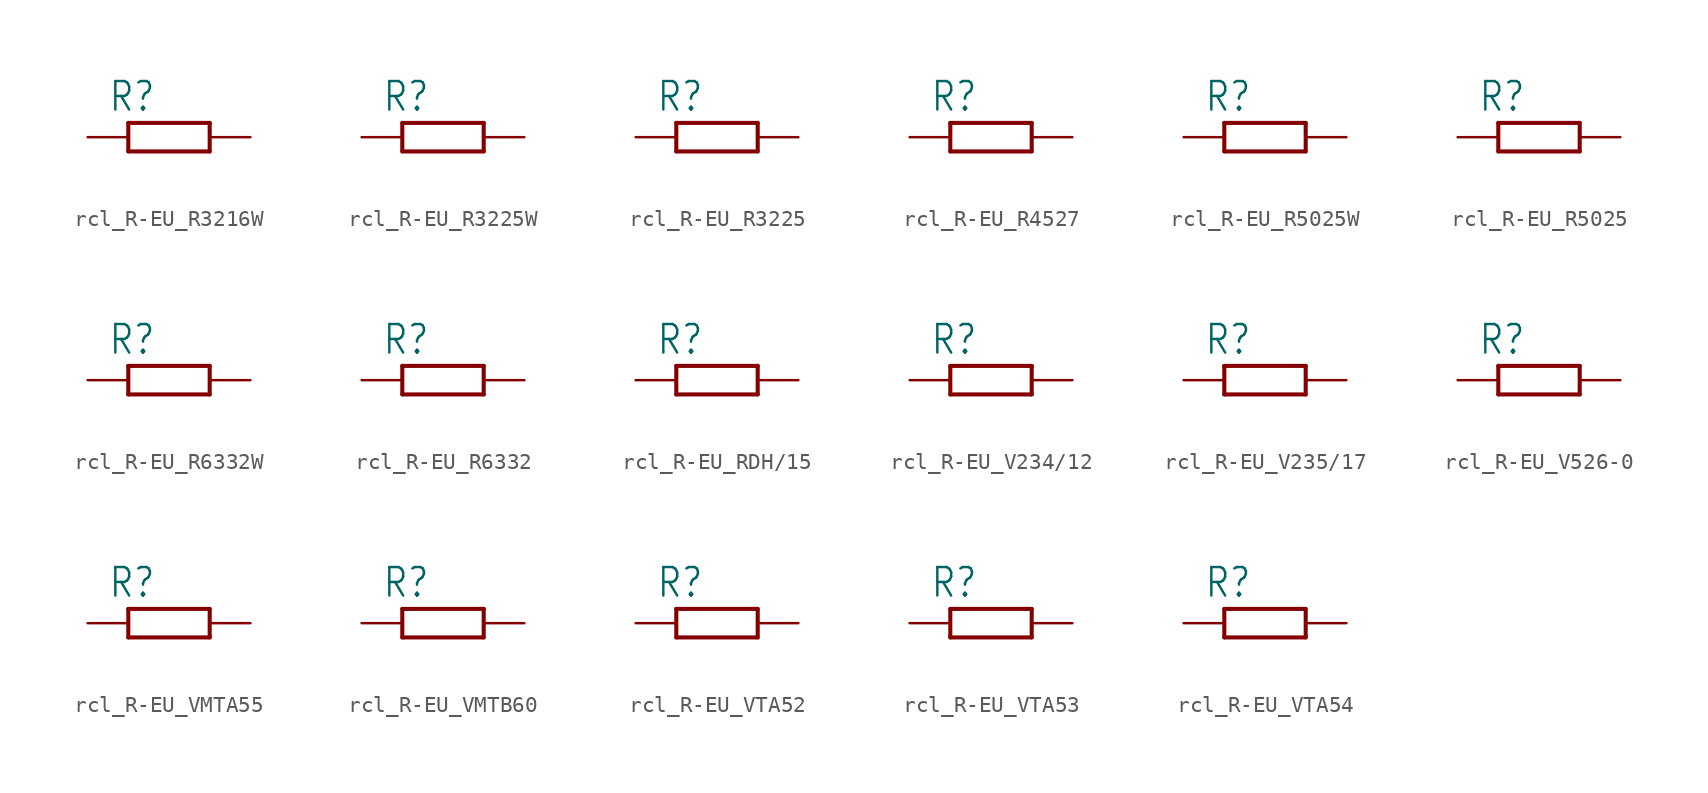
<source format=kicad_sym>
(kicad_symbol_lib
  (version 20241209)
  (generator "kicad_symbol_editor")
  (generator_version "9.0")
  (symbol "rcl_R-EU_R3216W"
    (property "Reference" "R"
      (at -3.81 1.499 0)
      (effects (font (size 1.778 1.511)) (justify left bottom)))
    (property "Value" ""
      (at -3.81 -3.302 0)
      (effects (font (size 1.778 1.511)) (justify left bottom)))
    (property "ki_locked" ""
      (at 0 0 0)
      (effects (font (size 1.27 1.27))))
    (symbol "rcl_R-EU_R3216W_1_0"
      (polyline (pts (xy -2.54 -0.889) (xy -2.54 0.889)) (stroke (width 0.254) (type solid)) (fill (type none)))
      (polyline (pts (xy -2.54 -0.889) (xy 2.54 -0.889)) (stroke (width 0.254) (type solid)) (fill (type none)))
      (polyline (pts (xy 2.54 0.889) (xy -2.54 0.889)) (stroke (width 0.254) (type solid)) (fill (type none)))
      (polyline (pts (xy 2.54 -0.889) (xy 2.54 0.889)) (stroke (width 0.254) (type solid)) (fill (type none)))
      (pin passive line (at -5.08 0 0) (length 2.54) (name "1" (effects (font (size 0 0)))) (number "1" (effects (font (size 0 0)))))
      (pin passive line (at 5.08 0 180) (length 2.54) (name "2" (effects (font (size 0 0)))) (number "2" (effects (font (size 0 0)))))))
  (symbol "rcl_R-EU_R3225W"
    (property "Reference" "R"
      (at -3.81 1.499 0)
      (effects (font (size 1.778 1.511)) (justify left bottom)))
    (property "Value" ""
      (at -3.81 -3.302 0)
      (effects (font (size 1.778 1.511)) (justify left bottom)))
    (property "ki_locked" ""
      (at 0 0 0)
      (effects (font (size 1.27 1.27))))
    (symbol "rcl_R-EU_R3225W_1_0"
      (polyline (pts (xy -2.54 -0.889) (xy -2.54 0.889)) (stroke (width 0.254) (type solid)) (fill (type none)))
      (polyline (pts (xy -2.54 -0.889) (xy 2.54 -0.889)) (stroke (width 0.254) (type solid)) (fill (type none)))
      (polyline (pts (xy 2.54 0.889) (xy -2.54 0.889)) (stroke (width 0.254) (type solid)) (fill (type none)))
      (polyline (pts (xy 2.54 -0.889) (xy 2.54 0.889)) (stroke (width 0.254) (type solid)) (fill (type none)))
      (pin passive line (at -5.08 0 0) (length 2.54) (name "1" (effects (font (size 0 0)))) (number "1" (effects (font (size 0 0)))))
      (pin passive line (at 5.08 0 180) (length 2.54) (name "2" (effects (font (size 0 0)))) (number "2" (effects (font (size 0 0)))))))
  (symbol "rcl_R-EU_R3225"
    (property "Reference" "R"
      (at -3.81 1.499 0)
      (effects (font (size 1.778 1.511)) (justify left bottom)))
    (property "Value" ""
      (at -3.81 -3.302 0)
      (effects (font (size 1.778 1.511)) (justify left bottom)))
    (property "ki_locked" ""
      (at 0 0 0)
      (effects (font (size 1.27 1.27))))
    (symbol "rcl_R-EU_R3225_1_0"
      (polyline (pts (xy -2.54 -0.889) (xy -2.54 0.889)) (stroke (width 0.254) (type solid)) (fill (type none)))
      (polyline (pts (xy -2.54 -0.889) (xy 2.54 -0.889)) (stroke (width 0.254) (type solid)) (fill (type none)))
      (polyline (pts (xy 2.54 0.889) (xy -2.54 0.889)) (stroke (width 0.254) (type solid)) (fill (type none)))
      (polyline (pts (xy 2.54 -0.889) (xy 2.54 0.889)) (stroke (width 0.254) (type solid)) (fill (type none)))
      (pin passive line (at -5.08 0 0) (length 2.54) (name "1" (effects (font (size 0 0)))) (number "1" (effects (font (size 0 0)))))
      (pin passive line (at 5.08 0 180) (length 2.54) (name "2" (effects (font (size 0 0)))) (number "2" (effects (font (size 0 0)))))))
  (symbol "rcl_R-EU_R4527"
    (property "Reference" "R"
      (at -3.81 1.499 0)
      (effects (font (size 1.778 1.511)) (justify left bottom)))
    (property "Value" ""
      (at -3.81 -3.302 0)
      (effects (font (size 1.778 1.511)) (justify left bottom)))
    (property "ki_locked" ""
      (at 0 0 0)
      (effects (font (size 1.27 1.27))))
    (symbol "rcl_R-EU_R4527_1_0"
      (polyline (pts (xy -2.54 -0.889) (xy -2.54 0.889)) (stroke (width 0.254) (type solid)) (fill (type none)))
      (polyline (pts (xy -2.54 -0.889) (xy 2.54 -0.889)) (stroke (width 0.254) (type solid)) (fill (type none)))
      (polyline (pts (xy 2.54 0.889) (xy -2.54 0.889)) (stroke (width 0.254) (type solid)) (fill (type none)))
      (polyline (pts (xy 2.54 -0.889) (xy 2.54 0.889)) (stroke (width 0.254) (type solid)) (fill (type none)))
      (pin passive line (at -5.08 0 0) (length 2.54) (name "1" (effects (font (size 0 0)))) (number "1" (effects (font (size 0 0)))))
      (pin passive line (at 5.08 0 180) (length 2.54) (name "2" (effects (font (size 0 0)))) (number "2" (effects (font (size 0 0)))))))
  (symbol "rcl_R-EU_R5025W"
    (property "Reference" "R"
      (at -3.81 1.499 0)
      (effects (font (size 1.778 1.511)) (justify left bottom)))
    (property "Value" ""
      (at -3.81 -3.302 0)
      (effects (font (size 1.778 1.511)) (justify left bottom)))
    (property "ki_locked" ""
      (at 0 0 0)
      (effects (font (size 1.27 1.27))))
    (symbol "rcl_R-EU_R5025W_1_0"
      (polyline (pts (xy -2.54 -0.889) (xy -2.54 0.889)) (stroke (width 0.254) (type solid)) (fill (type none)))
      (polyline (pts (xy -2.54 -0.889) (xy 2.54 -0.889)) (stroke (width 0.254) (type solid)) (fill (type none)))
      (polyline (pts (xy 2.54 0.889) (xy -2.54 0.889)) (stroke (width 0.254) (type solid)) (fill (type none)))
      (polyline (pts (xy 2.54 -0.889) (xy 2.54 0.889)) (stroke (width 0.254) (type solid)) (fill (type none)))
      (pin passive line (at -5.08 0 0) (length 2.54) (name "1" (effects (font (size 0 0)))) (number "1" (effects (font (size 0 0)))))
      (pin passive line (at 5.08 0 180) (length 2.54) (name "2" (effects (font (size 0 0)))) (number "2" (effects (font (size 0 0)))))))
  (symbol "rcl_R-EU_R5025"
    (property "Reference" "R"
      (at -3.81 1.499 0)
      (effects (font (size 1.778 1.511)) (justify left bottom)))
    (property "Value" ""
      (at -3.81 -3.302 0)
      (effects (font (size 1.778 1.511)) (justify left bottom)))
    (property "ki_locked" ""
      (at 0 0 0)
      (effects (font (size 1.27 1.27))))
    (symbol "rcl_R-EU_R5025_1_0"
      (polyline (pts (xy -2.54 -0.889) (xy -2.54 0.889)) (stroke (width 0.254) (type solid)) (fill (type none)))
      (polyline (pts (xy -2.54 -0.889) (xy 2.54 -0.889)) (stroke (width 0.254) (type solid)) (fill (type none)))
      (polyline (pts (xy 2.54 0.889) (xy -2.54 0.889)) (stroke (width 0.254) (type solid)) (fill (type none)))
      (polyline (pts (xy 2.54 -0.889) (xy 2.54 0.889)) (stroke (width 0.254) (type solid)) (fill (type none)))
      (pin passive line (at -5.08 0 0) (length 2.54) (name "1" (effects (font (size 0 0)))) (number "1" (effects (font (size 0 0)))))
      (pin passive line (at 5.08 0 180) (length 2.54) (name "2" (effects (font (size 0 0)))) (number "2" (effects (font (size 0 0)))))))
  (symbol "rcl_R-EU_R6332W"
    (property "Reference" "R"
      (at -3.81 1.499 0)
      (effects (font (size 1.778 1.511)) (justify left bottom)))
    (property "Value" ""
      (at -3.81 -3.302 0)
      (effects (font (size 1.778 1.511)) (justify left bottom)))
    (property "ki_locked" ""
      (at 0 0 0)
      (effects (font (size 1.27 1.27))))
    (symbol "rcl_R-EU_R6332W_1_0"
      (polyline (pts (xy -2.54 -0.889) (xy -2.54 0.889)) (stroke (width 0.254) (type solid)) (fill (type none)))
      (polyline (pts (xy -2.54 -0.889) (xy 2.54 -0.889)) (stroke (width 0.254) (type solid)) (fill (type none)))
      (polyline (pts (xy 2.54 0.889) (xy -2.54 0.889)) (stroke (width 0.254) (type solid)) (fill (type none)))
      (polyline (pts (xy 2.54 -0.889) (xy 2.54 0.889)) (stroke (width 0.254) (type solid)) (fill (type none)))
      (pin passive line (at -5.08 0 0) (length 2.54) (name "1" (effects (font (size 0 0)))) (number "1" (effects (font (size 0 0)))))
      (pin passive line (at 5.08 0 180) (length 2.54) (name "2" (effects (font (size 0 0)))) (number "2" (effects (font (size 0 0)))))))
  (symbol "rcl_R-EU_R6332"
    (property "Reference" "R"
      (at -3.81 1.499 0)
      (effects (font (size 1.778 1.511)) (justify left bottom)))
    (property "Value" ""
      (at -3.81 -3.302 0)
      (effects (font (size 1.778 1.511)) (justify left bottom)))
    (property "ki_locked" ""
      (at 0 0 0)
      (effects (font (size 1.27 1.27))))
    (symbol "rcl_R-EU_R6332_1_0"
      (polyline (pts (xy -2.54 -0.889) (xy -2.54 0.889)) (stroke (width 0.254) (type solid)) (fill (type none)))
      (polyline (pts (xy -2.54 -0.889) (xy 2.54 -0.889)) (stroke (width 0.254) (type solid)) (fill (type none)))
      (polyline (pts (xy 2.54 0.889) (xy -2.54 0.889)) (stroke (width 0.254) (type solid)) (fill (type none)))
      (polyline (pts (xy 2.54 -0.889) (xy 2.54 0.889)) (stroke (width 0.254) (type solid)) (fill (type none)))
      (pin passive line (at -5.08 0 0) (length 2.54) (name "1" (effects (font (size 0 0)))) (number "1" (effects (font (size 0 0)))))
      (pin passive line (at 5.08 0 180) (length 2.54) (name "2" (effects (font (size 0 0)))) (number "2" (effects (font (size 0 0)))))))
  (symbol "rcl_R-EU_RDH/15"
    (property "Reference" "R"
      (at -3.81 1.499 0)
      (effects (font (size 1.778 1.511)) (justify left bottom)))
    (property "Value" ""
      (at -3.81 -3.302 0)
      (effects (font (size 1.778 1.511)) (justify left bottom)))
    (property "ki_locked" ""
      (at 0 0 0)
      (effects (font (size 1.27 1.27))))
    (symbol "rcl_R-EU_RDH/15_1_0"
      (polyline (pts (xy -2.54 -0.889) (xy -2.54 0.889)) (stroke (width 0.254) (type solid)) (fill (type none)))
      (polyline (pts (xy -2.54 -0.889) (xy 2.54 -0.889)) (stroke (width 0.254) (type solid)) (fill (type none)))
      (polyline (pts (xy 2.54 0.889) (xy -2.54 0.889)) (stroke (width 0.254) (type solid)) (fill (type none)))
      (polyline (pts (xy 2.54 -0.889) (xy 2.54 0.889)) (stroke (width 0.254) (type solid)) (fill (type none)))
      (pin passive line (at -5.08 0 0) (length 2.54) (name "1" (effects (font (size 0 0)))) (number "1" (effects (font (size 0 0)))))
      (pin passive line (at 5.08 0 180) (length 2.54) (name "2" (effects (font (size 0 0)))) (number "2" (effects (font (size 0 0)))))))
  (symbol "rcl_R-EU_V234/12"
    (property "Reference" "R"
      (at -3.81 1.499 0)
      (effects (font (size 1.778 1.511)) (justify left bottom)))
    (property "Value" ""
      (at -3.81 -3.302 0)
      (effects (font (size 1.778 1.511)) (justify left bottom)))
    (property "ki_locked" ""
      (at 0 0 0)
      (effects (font (size 1.27 1.27))))
    (symbol "rcl_R-EU_V234/12_1_0"
      (polyline (pts (xy -2.54 -0.889) (xy -2.54 0.889)) (stroke (width 0.254) (type solid)) (fill (type none)))
      (polyline (pts (xy -2.54 -0.889) (xy 2.54 -0.889)) (stroke (width 0.254) (type solid)) (fill (type none)))
      (polyline (pts (xy 2.54 0.889) (xy -2.54 0.889)) (stroke (width 0.254) (type solid)) (fill (type none)))
      (polyline (pts (xy 2.54 -0.889) (xy 2.54 0.889)) (stroke (width 0.254) (type solid)) (fill (type none)))
      (pin passive line (at -5.08 0 0) (length 2.54) (name "1" (effects (font (size 0 0)))) (number "1" (effects (font (size 0 0)))))
      (pin passive line (at 5.08 0 180) (length 2.54) (name "2" (effects (font (size 0 0)))) (number "2" (effects (font (size 0 0)))))))
  (symbol "rcl_R-EU_V235/17"
    (property "Reference" "R"
      (at -3.81 1.499 0)
      (effects (font (size 1.778 1.511)) (justify left bottom)))
    (property "Value" ""
      (at -3.81 -3.302 0)
      (effects (font (size 1.778 1.511)) (justify left bottom)))
    (property "ki_locked" ""
      (at 0 0 0)
      (effects (font (size 1.27 1.27))))
    (symbol "rcl_R-EU_V235/17_1_0"
      (polyline (pts (xy -2.54 -0.889) (xy -2.54 0.889)) (stroke (width 0.254) (type solid)) (fill (type none)))
      (polyline (pts (xy -2.54 -0.889) (xy 2.54 -0.889)) (stroke (width 0.254) (type solid)) (fill (type none)))
      (polyline (pts (xy 2.54 0.889) (xy -2.54 0.889)) (stroke (width 0.254) (type solid)) (fill (type none)))
      (polyline (pts (xy 2.54 -0.889) (xy 2.54 0.889)) (stroke (width 0.254) (type solid)) (fill (type none)))
      (pin passive line (at -5.08 0 0) (length 2.54) (name "1" (effects (font (size 0 0)))) (number "1" (effects (font (size 0 0)))))
      (pin passive line (at 5.08 0 180) (length 2.54) (name "2" (effects (font (size 0 0)))) (number "2" (effects (font (size 0 0)))))))
  (symbol "rcl_R-EU_V526-0"
    (property "Reference" "R"
      (at -3.81 1.499 0)
      (effects (font (size 1.778 1.511)) (justify left bottom)))
    (property "Value" ""
      (at -3.81 -3.302 0)
      (effects (font (size 1.778 1.511)) (justify left bottom)))
    (property "ki_locked" ""
      (at 0 0 0)
      (effects (font (size 1.27 1.27))))
    (symbol "rcl_R-EU_V526-0_1_0"
      (polyline (pts (xy -2.54 -0.889) (xy -2.54 0.889)) (stroke (width 0.254) (type solid)) (fill (type none)))
      (polyline (pts (xy -2.54 -0.889) (xy 2.54 -0.889)) (stroke (width 0.254) (type solid)) (fill (type none)))
      (polyline (pts (xy 2.54 0.889) (xy -2.54 0.889)) (stroke (width 0.254) (type solid)) (fill (type none)))
      (polyline (pts (xy 2.54 -0.889) (xy 2.54 0.889)) (stroke (width 0.254) (type solid)) (fill (type none)))
      (pin passive line (at -5.08 0 0) (length 2.54) (name "1" (effects (font (size 0 0)))) (number "1" (effects (font (size 0 0)))))
      (pin passive line (at 5.08 0 180) (length 2.54) (name "2" (effects (font (size 0 0)))) (number "2" (effects (font (size 0 0)))))))
  (symbol "rcl_R-EU_VMTA55"
    (property "Reference" "R"
      (at -3.81 1.499 0)
      (effects (font (size 1.778 1.511)) (justify left bottom)))
    (property "Value" ""
      (at -3.81 -3.302 0)
      (effects (font (size 1.778 1.511)) (justify left bottom)))
    (property "ki_locked" ""
      (at 0 0 0)
      (effects (font (size 1.27 1.27))))
    (symbol "rcl_R-EU_VMTA55_1_0"
      (polyline (pts (xy -2.54 -0.889) (xy -2.54 0.889)) (stroke (width 0.254) (type solid)) (fill (type none)))
      (polyline (pts (xy -2.54 -0.889) (xy 2.54 -0.889)) (stroke (width 0.254) (type solid)) (fill (type none)))
      (polyline (pts (xy 2.54 0.889) (xy -2.54 0.889)) (stroke (width 0.254) (type solid)) (fill (type none)))
      (polyline (pts (xy 2.54 -0.889) (xy 2.54 0.889)) (stroke (width 0.254) (type solid)) (fill (type none)))
      (pin passive line (at -5.08 0 0) (length 2.54) (name "1" (effects (font (size 0 0)))) (number "1" (effects (font (size 0 0)))))
      (pin passive line (at 5.08 0 180) (length 2.54) (name "2" (effects (font (size 0 0)))) (number "2" (effects (font (size 0 0)))))))
  (symbol "rcl_R-EU_VMTB60"
    (property "Reference" "R"
      (at -3.81 1.499 0)
      (effects (font (size 1.778 1.511)) (justify left bottom)))
    (property "Value" ""
      (at -3.81 -3.302 0)
      (effects (font (size 1.778 1.511)) (justify left bottom)))
    (property "ki_locked" ""
      (at 0 0 0)
      (effects (font (size 1.27 1.27))))
    (symbol "rcl_R-EU_VMTB60_1_0"
      (polyline (pts (xy -2.54 -0.889) (xy -2.54 0.889)) (stroke (width 0.254) (type solid)) (fill (type none)))
      (polyline (pts (xy -2.54 -0.889) (xy 2.54 -0.889)) (stroke (width 0.254) (type solid)) (fill (type none)))
      (polyline (pts (xy 2.54 0.889) (xy -2.54 0.889)) (stroke (width 0.254) (type solid)) (fill (type none)))
      (polyline (pts (xy 2.54 -0.889) (xy 2.54 0.889)) (stroke (width 0.254) (type solid)) (fill (type none)))
      (pin passive line (at -5.08 0 0) (length 2.54) (name "1" (effects (font (size 0 0)))) (number "1" (effects (font (size 0 0)))))
      (pin passive line (at 5.08 0 180) (length 2.54) (name "2" (effects (font (size 0 0)))) (number "2" (effects (font (size 0 0)))))))
  (symbol "rcl_R-EU_VTA52"
    (property "Reference" "R"
      (at -3.81 1.499 0)
      (effects (font (size 1.778 1.511)) (justify left bottom)))
    (property "Value" ""
      (at -3.81 -3.302 0)
      (effects (font (size 1.778 1.511)) (justify left bottom)))
    (property "ki_locked" ""
      (at 0 0 0)
      (effects (font (size 1.27 1.27))))
    (symbol "rcl_R-EU_VTA52_1_0"
      (polyline (pts (xy -2.54 -0.889) (xy -2.54 0.889)) (stroke (width 0.254) (type solid)) (fill (type none)))
      (polyline (pts (xy -2.54 -0.889) (xy 2.54 -0.889)) (stroke (width 0.254) (type solid)) (fill (type none)))
      (polyline (pts (xy 2.54 0.889) (xy -2.54 0.889)) (stroke (width 0.254) (type solid)) (fill (type none)))
      (polyline (pts (xy 2.54 -0.889) (xy 2.54 0.889)) (stroke (width 0.254) (type solid)) (fill (type none)))
      (pin passive line (at -5.08 0 0) (length 2.54) (name "1" (effects (font (size 0 0)))) (number "1" (effects (font (size 0 0)))))
      (pin passive line (at 5.08 0 180) (length 2.54) (name "2" (effects (font (size 0 0)))) (number "2" (effects (font (size 0 0)))))))
  (symbol "rcl_R-EU_VTA53"
    (property "Reference" "R"
      (at -3.81 1.499 0)
      (effects (font (size 1.778 1.511)) (justify left bottom)))
    (property "Value" ""
      (at -3.81 -3.302 0)
      (effects (font (size 1.778 1.511)) (justify left bottom)))
    (property "ki_locked" ""
      (at 0 0 0)
      (effects (font (size 1.27 1.27))))
    (symbol "rcl_R-EU_VTA53_1_0"
      (polyline (pts (xy -2.54 -0.889) (xy -2.54 0.889)) (stroke (width 0.254) (type solid)) (fill (type none)))
      (polyline (pts (xy -2.54 -0.889) (xy 2.54 -0.889)) (stroke (width 0.254) (type solid)) (fill (type none)))
      (polyline (pts (xy 2.54 0.889) (xy -2.54 0.889)) (stroke (width 0.254) (type solid)) (fill (type none)))
      (polyline (pts (xy 2.54 -0.889) (xy 2.54 0.889)) (stroke (width 0.254) (type solid)) (fill (type none)))
      (pin passive line (at -5.08 0 0) (length 2.54) (name "1" (effects (font (size 0 0)))) (number "1" (effects (font (size 0 0)))))
      (pin passive line (at 5.08 0 180) (length 2.54) (name "2" (effects (font (size 0 0)))) (number "2" (effects (font (size 0 0)))))))
  (symbol "rcl_R-EU_VTA54"
    (property "Reference" "R"
      (at -3.81 1.499 0)
      (effects (font (size 1.778 1.511)) (justify left bottom)))
    (property "Value" ""
      (at -3.81 -3.302 0)
      (effects (font (size 1.778 1.511)) (justify left bottom)))
    (property "ki_locked" ""
      (at 0 0 0)
      (effects (font (size 1.27 1.27))))
    (symbol "rcl_R-EU_VTA54_1_0"
      (polyline (pts (xy -2.54 -0.889) (xy -2.54 0.889)) (stroke (width 0.254) (type solid)) (fill (type none)))
      (polyline (pts (xy -2.54 -0.889) (xy 2.54 -0.889)) (stroke (width 0.254) (type solid)) (fill (type none)))
      (polyline (pts (xy 2.54 0.889) (xy -2.54 0.889)) (stroke (width 0.254) (type solid)) (fill (type none)))
      (polyline (pts (xy 2.54 -0.889) (xy 2.54 0.889)) (stroke (width 0.254) (type solid)) (fill (type none)))
      (pin passive line (at -5.08 0 0) (length 2.54) (name "1" (effects (font (size 0 0)))) (number "1" (effects (font (size 0 0)))))
      (pin passive line (at 5.08 0 180) (length 2.54) (name "2" (effects (font (size 0 0)))) (number "2" (effects (font (size 0 0))))))))
</source>
